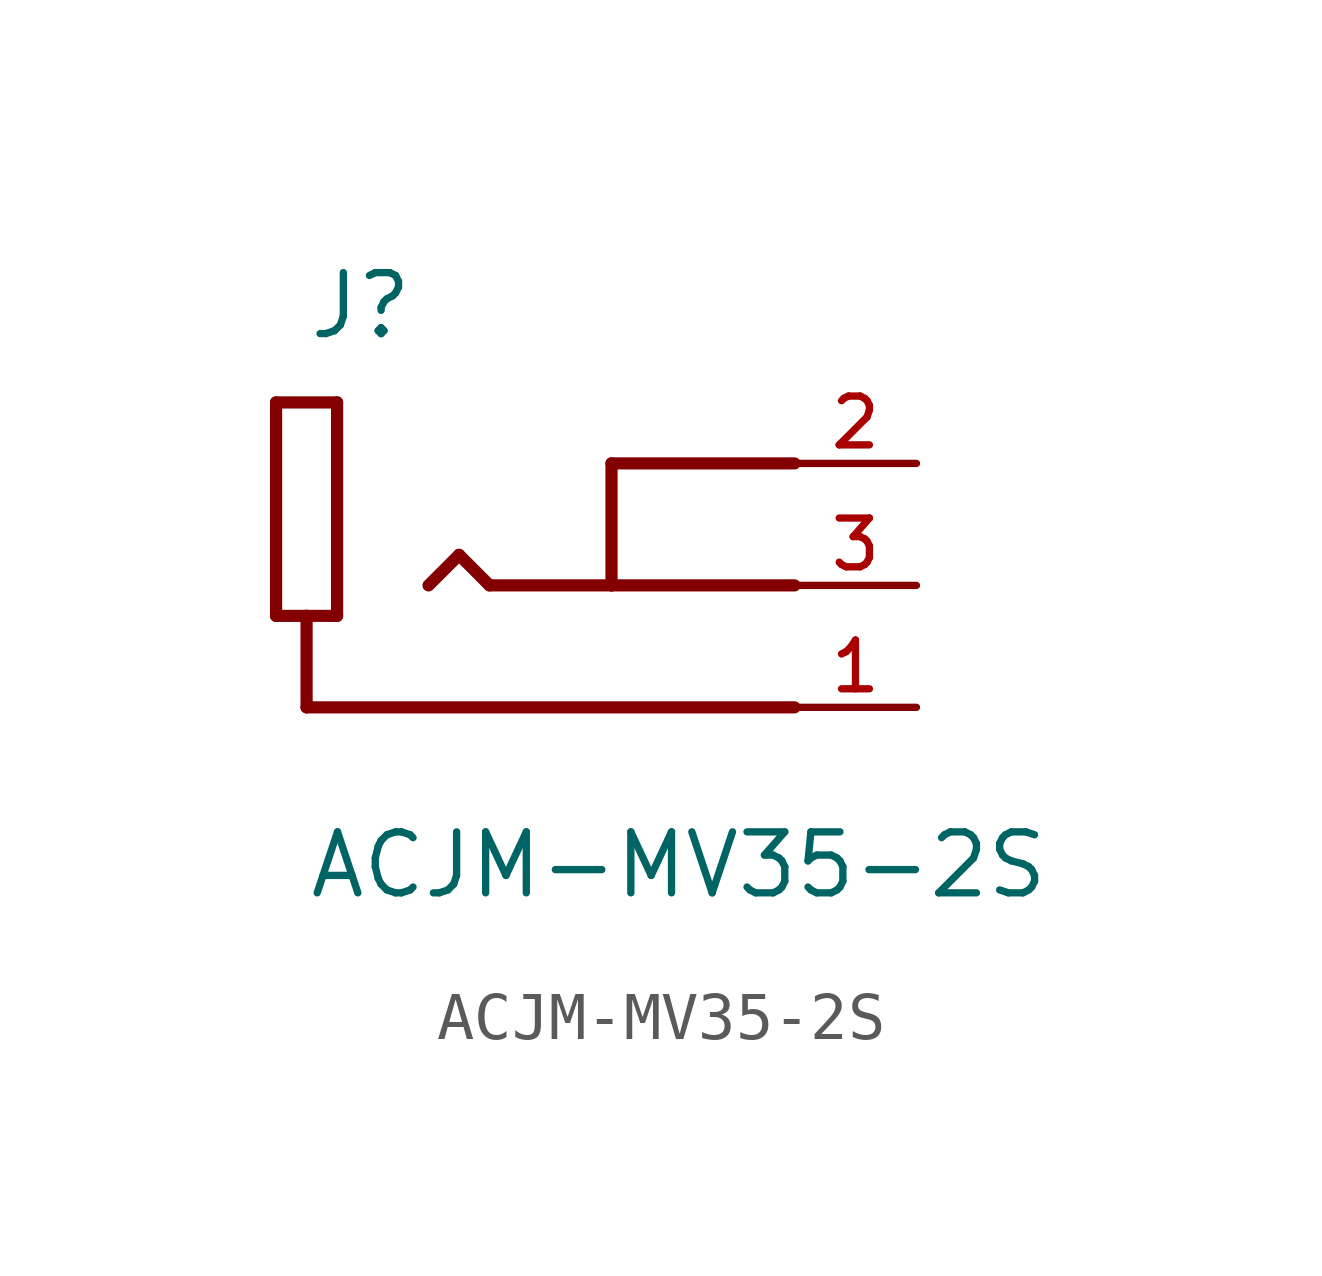
<source format=kicad_sym>
(kicad_symbol_lib
  (version 20211014)
  (generator kicad_symbol_editor)
  (symbol "ACJM-MV35-2S"
    (pin_names
      (offset 1.016))
    (property "Reference" "J"
      (at -5.08 5.08 0)
      (effects (font (size 1.27 1.27)) (justify bottom left)))
    (property "Value" "ACJM-MV35-2S"
      (at -5.08 -5.08 0.0)
      (effects (font (size 1.27 1.27)) (justify top left)))
    (symbol "ACJM-MV35-2S_0_0"
      (polyline (pts (xy 5.08 -2.54) (xy -5.08 -2.54)) (stroke (width 0.254)))
      (polyline (pts (xy 5.08 2.54) (xy 1.27 2.54)) (stroke (width 0.254)))
      (polyline (pts (xy 5.08 0.0) (xy 1.27 0.0)) (stroke (width 0.254)))
      (polyline (pts (xy 1.27 0.0) (xy -1.27 0.0)) (stroke (width 0.254)))
      (polyline (pts (xy -5.08 -2.54) (xy -5.08 -0.635)) (stroke (width 0.254)))
      (polyline (pts (xy -5.08 -0.635) (xy -4.445 -0.635)) (stroke (width 0.254)))
      (polyline (pts (xy -4.445 -0.635) (xy -4.445 3.81)) (stroke (width 0.254)))
      (polyline (pts (xy -4.445 3.81) (xy -5.715 3.81)) (stroke (width 0.254)))
      (polyline (pts (xy -5.715 3.81) (xy -5.715 -0.635)) (stroke (width 0.254)))
      (polyline (pts (xy -5.715 -0.635) (xy -5.08 -0.635)) (stroke (width 0.254)))
      (polyline (pts (xy -1.27 0.0) (xy -1.905 0.635)) (stroke (width 0.254)))
      (polyline (pts (xy -1.905 0.635) (xy -2.54 0.0)) (stroke (width 0.254)))
      (polyline (pts (xy 1.27 2.54) (xy 1.27 0.0)) (stroke (width 0.254)))
      (pin passive line (at 7.62 -2.54 180.0) (length 2.54) (name "~" (effects (font (size 1.016 1.016)))) (number "1" (effects (font (size 1.016 1.016)))))
      (pin passive line (at 7.62 2.54 180.0) (length 2.54) (name "~" (effects (font (size 1.016 1.016)))) (number "2" (effects (font (size 1.016 1.016)))))
      (pin passive line (at 7.62 0.0 180.0) (length 2.54) (name "~" (effects (font (size 1.016 1.016)))) (number "3" (effects (font (size 1.016 1.016))))))))
</source>
